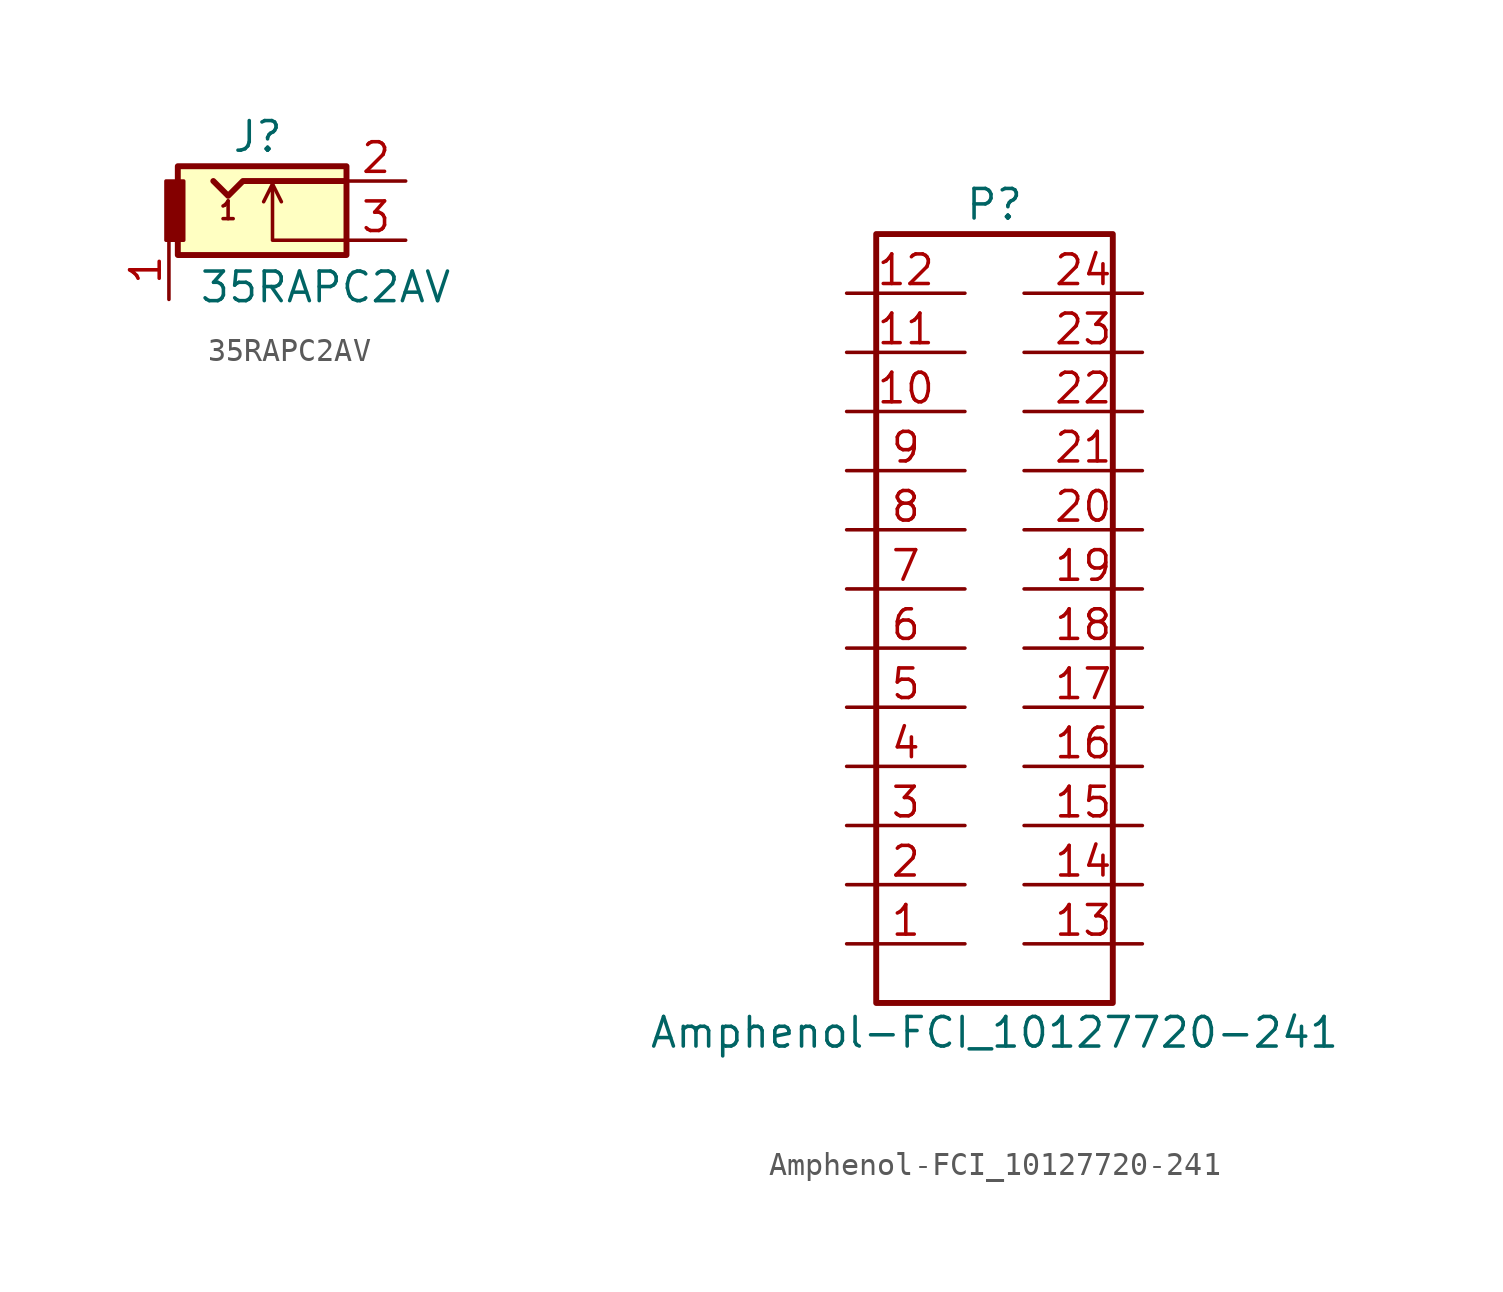
<source format=kicad_sym>
(kicad_symbol_lib
  (version 20220914)
  (generator kicad_symbol_editor)
  (symbol "35RAPC2AV"
    (pin_names
      (offset 1.016))
    (property "Reference" "J"
      (at 0 3.175 0)
      (effects (font (size 1.27 1.27))))
    (property "Value" "35RAPC2AV"
      (at -2.54 -2.54 0)
      (effects (font (size 1.27 1.27)) (justify left top)))
    (symbol "35RAPC2AV_0_0"
      (text "1" (at -1.27 0 0) (effects (font (size 0.762 0.762)))))
    (symbol "35RAPC2AV_0_1"
      (rectangle (start -3.429 1.905) (end 3.81 -1.905) (stroke (width 0.254) (type default)) (fill (type background)))
      (rectangle (start -3.175 -1.27) (end -3.937 1.27) (stroke (width 0) (type default)) (fill (type outline)))
      (polyline (pts (xy 0.635 1.143) (xy 1.016 0.381)) (stroke (width 0) (type default)) (fill (type none)))
      (polyline (pts (xy 3.81 -1.27) (xy 0.635 -1.27) (xy 0.635 1.143) (xy 0.254 0.381)) (stroke (width 0) (type default)) (fill (type none)))
      (polyline (pts (xy 3.81 1.27) (xy -0.635 1.27) (xy -1.27 0.635) (xy -1.905 1.27)) (stroke (width 0.254) (type default)) (fill (type none))))
    (symbol "35RAPC2AV_1_1"
      (pin unspecified line (at -3.81 -3.81 90) (length 2.54) (name "~" (effects (font (size 1.27 1.27)))) (number "1" (effects (font (size 1.27 1.27)))))
      (pin unspecified line (at 6.35 1.27 180) (length 2.54) (name "~" (effects (font (size 1.27 1.27)))) (number "2" (effects (font (size 1.27 1.27)))))
      (pin unspecified line (at 6.35 -1.27 180) (length 2.54) (name "~" (effects (font (size 1.27 1.27)))) (number "3" (effects (font (size 1.27 1.27)))))))
  (symbol "Amphenol-FCI_10127720-241"
    (pin_names
      (offset 1.016))
    (property "Reference" "P"
      (at 0 17.78 0)
      (effects (font (size 1.27 1.27))))
    (property "Value" "Amphenol-FCI_10127720-241"
      (at 0 -17.78 0)
      (effects (font (size 1.27 1.27))))
    (property "Datasheet" ""
      (at 0 -5.08 90)
      (effects (font (size 1.524 1.524))))
    (symbol "Amphenol-FCI_10127720-241_0_1"
      (rectangle (start 5.08 16.51) (end -5.08 -16.51) (stroke (width 0.254) (type default)) (fill (type none))))
    (symbol "Amphenol-FCI_10127720-241_1_1"
      (pin unspecified line (at -6.35 -13.97 0) (length 5.08) (name "~" (effects (font (size 1.27 1.27)))) (number "1" (effects (font (size 1.27 1.27)))))
      (pin unspecified line (at -6.35 8.89 0) (length 5.08) (name "~" (effects (font (size 1.27 1.27)))) (number "10" (effects (font (size 1.27 1.27)))))
      (pin unspecified line (at -6.35 11.43 0) (length 5.08) (name "~" (effects (font (size 1.27 1.27)))) (number "11" (effects (font (size 1.27 1.27)))))
      (pin unspecified line (at -6.35 13.97 0) (length 5.08) (name "~" (effects (font (size 1.27 1.27)))) (number "12" (effects (font (size 1.27 1.27)))))
      (pin unspecified line (at 6.35 -13.97 180) (length 5.08) (name "~" (effects (font (size 1.27 1.27)))) (number "13" (effects (font (size 1.27 1.27)))))
      (pin unspecified line (at 6.35 -11.43 180) (length 5.08) (name "~" (effects (font (size 1.27 1.27)))) (number "14" (effects (font (size 1.27 1.27)))))
      (pin unspecified line (at 6.35 -8.89 180) (length 5.08) (name "~" (effects (font (size 1.27 1.27)))) (number "15" (effects (font (size 1.27 1.27)))))
      (pin unspecified line (at 6.35 -6.35 180) (length 5.08) (name "~" (effects (font (size 1.27 1.27)))) (number "16" (effects (font (size 1.27 1.27)))))
      (pin unspecified line (at 6.35 -3.81 180) (length 5.08) (name "~" (effects (font (size 1.27 1.27)))) (number "17" (effects (font (size 1.27 1.27)))))
      (pin unspecified line (at 6.35 -1.27 180) (length 5.08) (name "~" (effects (font (size 1.27 1.27)))) (number "18" (effects (font (size 1.27 1.27)))))
      (pin unspecified line (at 6.35 1.27 180) (length 5.08) (name "~" (effects (font (size 1.27 1.27)))) (number "19" (effects (font (size 1.27 1.27)))))
      (pin unspecified line (at -6.35 -11.43 0) (length 5.08) (name "~" (effects (font (size 1.27 1.27)))) (number "2" (effects (font (size 1.27 1.27)))))
      (pin unspecified line (at 6.35 3.81 180) (length 5.08) (name "~" (effects (font (size 1.27 1.27)))) (number "20" (effects (font (size 1.27 1.27)))))
      (pin unspecified line (at 6.35 6.35 180) (length 5.08) (name "~" (effects (font (size 1.27 1.27)))) (number "21" (effects (font (size 1.27 1.27)))))
      (pin unspecified line (at 6.35 8.89 180) (length 5.08) (name "~" (effects (font (size 1.27 1.27)))) (number "22" (effects (font (size 1.27 1.27)))))
      (pin unspecified line (at 6.35 11.43 180) (length 5.08) (name "~" (effects (font (size 1.27 1.27)))) (number "23" (effects (font (size 1.27 1.27)))))
      (pin unspecified line (at 6.35 13.97 180) (length 5.08) (name "~" (effects (font (size 1.27 1.27)))) (number "24" (effects (font (size 1.27 1.27)))))
      (pin unspecified line (at -6.35 -8.89 0) (length 5.08) (name "~" (effects (font (size 1.27 1.27)))) (number "3" (effects (font (size 1.27 1.27)))))
      (pin unspecified line (at -6.35 -6.35 0) (length 5.08) (name "~" (effects (font (size 1.27 1.27)))) (number "4" (effects (font (size 1.27 1.27)))))
      (pin unspecified line (at -6.35 -3.81 0) (length 5.08) (name "~" (effects (font (size 1.27 1.27)))) (number "5" (effects (font (size 1.27 1.27)))))
      (pin unspecified line (at -6.35 -1.27 0) (length 5.08) (name "~" (effects (font (size 1.27 1.27)))) (number "6" (effects (font (size 1.27 1.27)))))
      (pin unspecified line (at -6.35 1.27 0) (length 5.08) (name "~" (effects (font (size 1.27 1.27)))) (number "7" (effects (font (size 1.27 1.27)))))
      (pin unspecified line (at -6.35 3.81 0) (length 5.08) (name "~" (effects (font (size 1.27 1.27)))) (number "8" (effects (font (size 1.27 1.27)))))
      (pin unspecified line (at -6.35 6.35 0) (length 5.08) (name "~" (effects (font (size 1.27 1.27)))) (number "9" (effects (font (size 1.27 1.27))))))))
</source>
